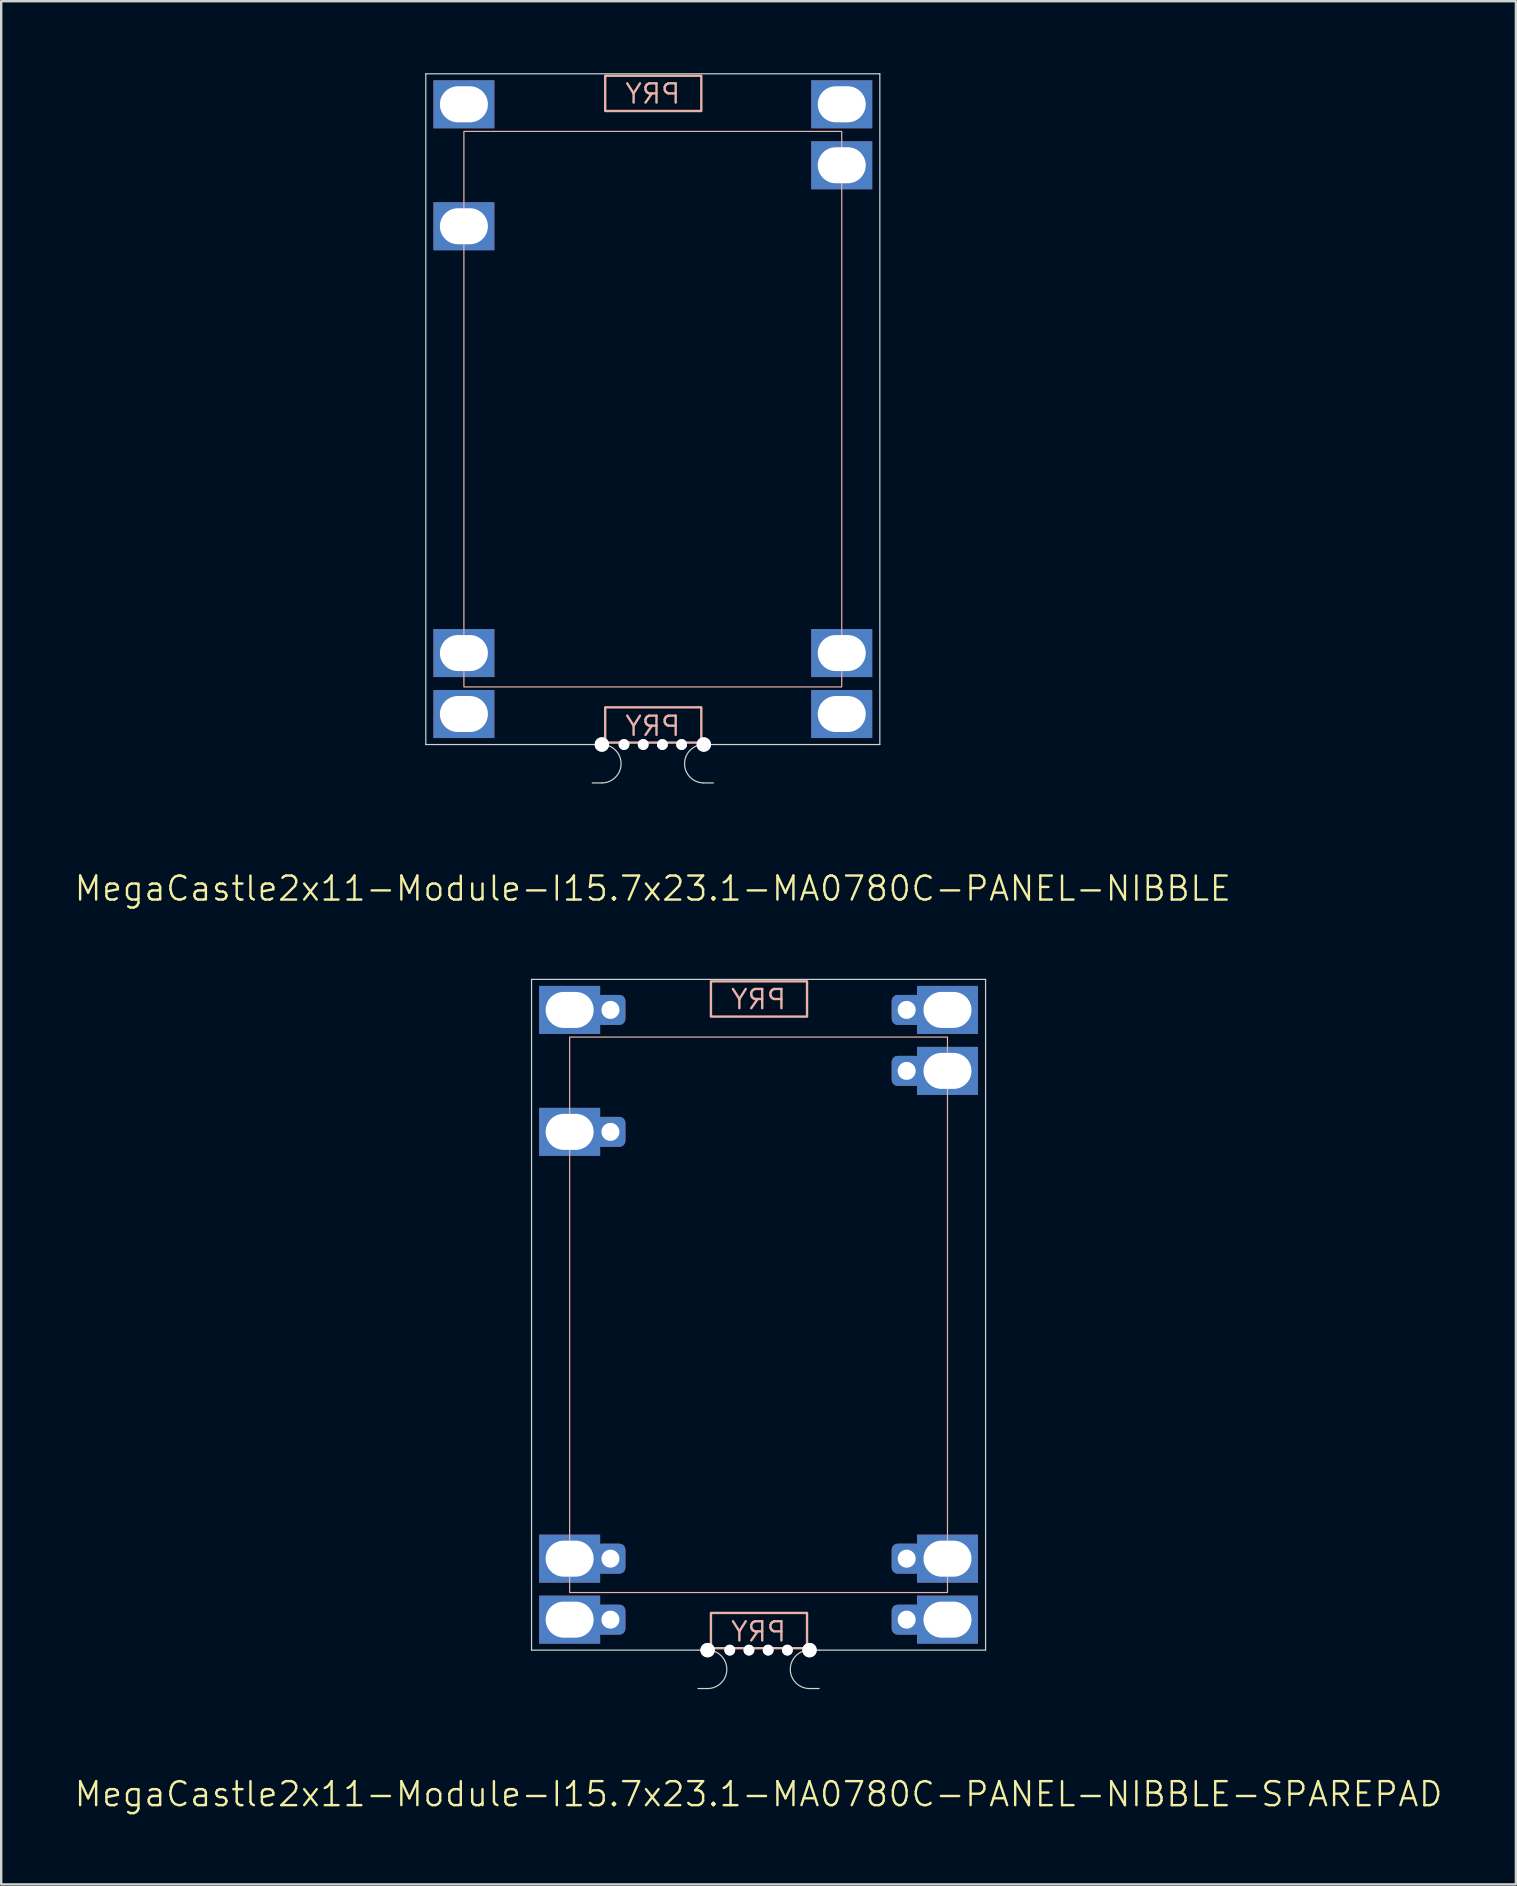
<source format=kicad_pcb>
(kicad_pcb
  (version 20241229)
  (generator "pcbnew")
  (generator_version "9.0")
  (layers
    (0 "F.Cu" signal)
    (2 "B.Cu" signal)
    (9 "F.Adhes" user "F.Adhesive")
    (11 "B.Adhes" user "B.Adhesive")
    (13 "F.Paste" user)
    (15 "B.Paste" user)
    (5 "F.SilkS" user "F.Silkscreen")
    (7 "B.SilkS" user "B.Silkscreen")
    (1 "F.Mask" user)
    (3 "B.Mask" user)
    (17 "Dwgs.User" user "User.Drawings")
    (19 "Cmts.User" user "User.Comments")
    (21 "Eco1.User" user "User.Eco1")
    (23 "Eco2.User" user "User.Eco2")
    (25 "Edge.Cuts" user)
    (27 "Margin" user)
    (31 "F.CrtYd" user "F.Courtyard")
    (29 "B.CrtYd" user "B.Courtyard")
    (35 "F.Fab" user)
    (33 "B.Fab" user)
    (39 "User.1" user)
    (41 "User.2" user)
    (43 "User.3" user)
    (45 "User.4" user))
  (footprint "MegaCastle2x11-Module-I15.7x23.1-MA0780C-PANEL-NIBBLE"
    (layer "F.Cu")
    (at 24.145 13.995)
    (property "Reference" "MegaCastle2x11-Module-I15.7x23.1-MA0780C-PANEL-NIBBLE" (at 0 19.97 0) (unlocked yes) (layer "F.SilkS") (effects (font (size 1 1) (thickness 0.1))))
    (attr smd)
    (fp_rect (start -7.87 11.57) (end 7.87 -11.57) (stroke (width 0.05) (type default)) (fill no) (layer "B.SilkS"))
    (fp_rect (start -1.984 -12.421) (end 2.02 -13.89) (stroke (width 0.1) (type default)) (fill no) (layer "B.SilkS"))
    (fp_rect (start -1.984 12.421) (end 2.02 13.89) (stroke (width 0.1) (type default)) (fill no) (layer "B.SilkS"))
    (fp_line (start -9.457 -13.97) (end -9.457 13.97) (stroke (width 0.05) (type default)) (layer "Edge.Cuts"))
    (fp_line (start -9.457 -13.97) (end 9.457 -13.97) (stroke (width 0.05) (type default)) (layer "Edge.Cuts"))
    (fp_line (start -9.457 13.97) (end -2.522 13.97) (stroke (width 0.05) (type default)) (layer "Edge.Cuts"))
    (fp_line (start -2.522 13.97) (end -2.123 13.97) (stroke (width 0.05) (type default)) (layer "Edge.Cuts"))
    (fp_line (start -2.522 15.57) (end -2.123 15.57) (stroke (width 0.05) (type default)) (layer "Edge.Cuts"))
    (fp_line (start 2.522 13.97) (end 2.123 13.97) (stroke (width 0.05) (type default)) (layer "Edge.Cuts"))
    (fp_line (start 2.522 13.97) (end 9.457 13.97) (stroke (width 0.05) (type default)) (layer "Edge.Cuts"))
    (fp_line (start 2.522 15.57) (end 2.123 15.57) (stroke (width 0.05) (type default)) (layer "Edge.Cuts"))
    (fp_line (start 9.457 -13.97) (end 9.457 13.97) (stroke (width 0.05) (type default)) (layer "Edge.Cuts"))
    (fp_arc (start -2.1225 13.97) (mid -1.3225 14.77) (end -2.1225 15.57) (stroke (width 0.05) (type default)) (layer "Edge.Cuts"))
    (fp_arc (start 2.1225 15.57) (mid 1.3225 14.77) (end 2.1225 13.97) (stroke (width 0.05) (type default)) (layer "Edge.Cuts"))
    (fp_text user "PRY" (at 0 -12.67 0) (unlocked yes) (layer "B.SilkS") (effects (font (size 0.8 0.8) (thickness 0.1)) (justify bottom mirror)))
    (fp_text user "PRY" (at 0 13.67 0) (unlocked yes) (layer "B.SilkS") (effects (font (size 0.8 0.8) (thickness 0.1)) (justify bottom mirror)))
    (pad "" np_thru_hole circle (at -2.123 13.97) (size 0.6 0.6) (drill 0.6) (layers "*.Cu" "Edge.Cuts"))
    (pad "" np_thru_hole circle (at -1.2 13.97) (size 0.45 0.45) (drill 0.45) (layers "*.Cu" "Edge.Cuts"))
    (pad "" np_thru_hole circle (at -0.4 13.97) (size 0.45 0.45) (drill 0.45) (layers "*.Cu" "Edge.Cuts"))
    (pad "" np_thru_hole circle (at 0.4 13.97) (size 0.45 0.45) (drill 0.45) (layers "*.Cu" "Edge.Cuts"))
    (pad "" np_thru_hole circle (at 1.2 13.97) (size 0.45 0.45) (drill 0.45) (layers "*.Cu" "Edge.Cuts"))
    (pad "" np_thru_hole circle (at 2.123 13.97) (size 0.6 0.6) (drill 0.6) (layers "*.Cu" "Edge.Cuts"))
    (pad "1" thru_hole rect (at -7.87 -12.7) (size 2.54 2) (drill oval 2 1.5) (property pad_prop_castellated) (layers "*.Cu" "*.Mask"))
    (pad "3" thru_hole rect (at -7.87 -7.62) (size 2.54 2) (drill oval 2 1.5) (property pad_prop_castellated) (layers "*.Cu" "*.Mask"))
    (pad "10" thru_hole rect (at -7.87 10.16) (size 2.54 2) (drill oval 2 1.5) (property pad_prop_castellated) (layers "*.Cu" "*.Mask"))
    (pad "11" thru_hole rect (at -7.87 12.7) (size 2.54 2) (drill oval 2 1.5) (property pad_prop_castellated) (layers "*.Cu" "*.Mask"))
    (pad "12" thru_hole rect (at 7.87 -12.7) (size 2.54 2) (drill oval 2 1.5) (property pad_prop_castellated) (layers "*.Cu" "*.Mask"))
    (pad "13" thru_hole rect (at 7.87 -10.16) (size 2.54 2) (drill oval 2 1.5) (property pad_prop_castellated) (layers "*.Cu" "*.Mask"))
    (pad "21" thru_hole rect (at 7.87 10.16) (size 2.54 2) (drill oval 2 1.5) (property pad_prop_castellated) (layers "*.Cu" "*.Mask"))
    (pad "22" thru_hole rect (at 7.87 12.7) (size 2.54 2) (drill oval 2 1.5) (property pad_prop_castellated) (layers "*.Cu" "*.Mask"))
    (zone (net_name "") (layer "B.Cu") (hatch edge 0.5) (connect_pads) (min_thickness 0.25) (filled_areas_thickness no) (keepout (tracks allowed) (vias allowed) (pads allowed) (copperpour allowed) (footprints not_allowed)) (placement (enabled no)) (fill) (polygon (pts (xy 16.275 27.965) (xy 16.275 0.025))))
    (zone (net_name "") (layer "B.Cu") (hatch edge 0.5) (connect_pads) (min_thickness 0.25) (filled_areas_thickness no) (keepout (tracks allowed) (vias allowed) (pads allowed) (copperpour allowed) (footprints not_allowed)) (placement (enabled no)) (fill) (polygon (pts (xy 32.015 27.965) (xy 32.015 0.025))))
    (zone (net_name "") (layer "B.Cu") (hatch edge 0.5) (connect_pads) (min_thickness 0.25) (filled_areas_thickness no) (keepout (tracks allowed) (vias allowed) (pads allowed) (copperpour allowed) (footprints not_allowed)) (placement (enabled no)) (fill) (polygon (pts (xy 16.275 0.025) (xy 16.275 2.425) (xy 32.015 2.425) (xy 32.015 0.025))))
    (zone (net_name "") (layer "B.Cu") (hatch edge 0.5) (connect_pads) (min_thickness 0.25) (filled_areas_thickness no) (keepout (tracks allowed) (vias allowed) (pads allowed) (copperpour allowed) (footprints not_allowed)) (placement (enabled no)) (fill) (polygon (pts (xy 16.275 27.965) (xy 16.275 25.565) (xy 32.015 25.565) (xy 32.015 27.965))))
    (zone (net_name "") (layer "B.Cu") (name "Upper Pry Zone") (hatch edge 0.5) (connect_pads) (min_thickness 0.25) (filled_areas_thickness no) (keepout (tracks not_allowed) (vias not_allowed) (pads not_allowed) (copperpour allowed) (footprints not_allowed)) (placement (enabled no)) (fill) (polygon (pts (xy 22.161 1.574) (xy 22.161 0.105) (xy 26.165 0.105) (xy 26.165 1.574))))
    (zone (net_name "") (layer "B.Cu") (name "Upper Pry Zone") (hatch edge 0.5) (connect_pads) (min_thickness 0.25) (filled_areas_thickness no) (keepout (tracks not_allowed) (vias not_allowed) (pads not_allowed) (copperpour allowed) (footprints not_allowed)) (placement (enabled no)) (fill) (polygon (pts (xy 22.161 26.416) (xy 22.161 27.885) (xy 26.165 27.885) (xy 26.165 26.416)))))
  (footprint "MegaCastle2x11-Module-I15.7x23.1-MA0780C-PANEL-NIBBLE-SPAREPAD"
    (layer "F.Cu")
    (at 28.55 51.721)
    (property "Reference" "MegaCastle2x11-Module-I15.7x23.1-MA0780C-PANEL-NIBBLE-SPAREPAD" (at 0 19.97 0) (unlocked yes) (layer "F.SilkS") (effects (font (size 1 1) (thickness 0.1))))
    (attr smd)
    (fp_rect (start -7.87 11.57) (end 7.87 -11.57) (stroke (width 0.05) (type default)) (fill no) (layer "B.SilkS"))
    (fp_rect (start -1.984 -12.421) (end 2.02 -13.89) (stroke (width 0.1) (type default)) (fill no) (layer "B.SilkS"))
    (fp_rect (start -1.984 12.421) (end 2.02 13.89) (stroke (width 0.1) (type default)) (fill no) (layer "B.SilkS"))
    (fp_line (start -9.457 -13.97) (end -9.457 13.97) (stroke (width 0.05) (type default)) (layer "Edge.Cuts"))
    (fp_line (start -9.457 -13.97) (end 9.457 -13.97) (stroke (width 0.05) (type default)) (layer "Edge.Cuts"))
    (fp_line (start -9.457 13.97) (end -2.522 13.97) (stroke (width 0.05) (type default)) (layer "Edge.Cuts"))
    (fp_line (start -2.522 13.97) (end -2.123 13.97) (stroke (width 0.05) (type default)) (layer "Edge.Cuts"))
    (fp_line (start -2.522 15.57) (end -2.123 15.57) (stroke (width 0.05) (type default)) (layer "Edge.Cuts"))
    (fp_line (start 2.522 13.97) (end 2.123 13.97) (stroke (width 0.05) (type default)) (layer "Edge.Cuts"))
    (fp_line (start 2.522 13.97) (end 9.457 13.97) (stroke (width 0.05) (type default)) (layer "Edge.Cuts"))
    (fp_line (start 2.522 15.57) (end 2.123 15.57) (stroke (width 0.05) (type default)) (layer "Edge.Cuts"))
    (fp_line (start 9.457 -13.97) (end 9.457 13.97) (stroke (width 0.05) (type default)) (layer "Edge.Cuts"))
    (fp_arc (start -2.1225 13.97) (mid -1.3225 14.77) (end -2.1225 15.57) (stroke (width 0.05) (type default)) (layer "Edge.Cuts"))
    (fp_arc (start 2.1225 15.57) (mid 1.3225 14.77) (end 2.1225 13.97) (stroke (width 0.05) (type default)) (layer "Edge.Cuts"))
    (fp_text user "PRY" (at 0 13.67 0) (unlocked yes) (layer "B.SilkS") (effects (font (size 0.8 0.8) (thickness 0.1)) (justify bottom mirror)))
    (fp_text user "PRY" (at 0 -12.67 0) (unlocked yes) (layer "B.SilkS") (effects (font (size 0.8 0.8) (thickness 0.1)) (justify bottom mirror)))
    (pad "" np_thru_hole circle (at -2.123 13.97) (size 0.6 0.6) (drill 0.6) (layers "*.Cu" "Edge.Cuts"))
    (pad "" np_thru_hole circle (at -1.2 13.97) (size 0.45 0.45) (drill 0.45) (layers "*.Cu" "Edge.Cuts"))
    (pad "" np_thru_hole circle (at -0.4 13.97) (size 0.45 0.45) (drill 0.45) (layers "*.Cu" "Edge.Cuts"))
    (pad "" np_thru_hole circle (at 0.4 13.97) (size 0.45 0.45) (drill 0.45) (layers "*.Cu" "Edge.Cuts"))
    (pad "" np_thru_hole circle (at 1.2 13.97) (size 0.45 0.45) (drill 0.45) (layers "*.Cu" "Edge.Cuts"))
    (pad "" np_thru_hole circle (at 2.123 13.97) (size 0.6 0.6) (drill 0.6) (layers "*.Cu" "Edge.Cuts"))
    (pad "1" thru_hole rect (at -7.87 -12.7) (size 2.54 2) (drill oval 2 1.5) (property pad_prop_castellated) (layers "*.Cu" "*.Mask"))
    (pad "1" thru_hole roundrect (at -6.17 -12.7 180) (size 1.25 1.25) (drill 0.75) (layers "*.Cu" "*.Mask") (roundrect_rratio 0.2))
    (pad "3" thru_hole rect (at -7.87 -7.62) (size 2.54 2) (drill oval 2 1.5) (property pad_prop_castellated) (layers "*.Cu" "*.Mask"))
    (pad "3" thru_hole roundrect (at -6.17 -7.62 180) (size 1.25 1.25) (drill 0.75) (layers "*.Cu" "*.Mask") (roundrect_rratio 0.2))
    (pad "10" thru_hole rect (at -7.87 10.16) (size 2.54 2) (drill oval 2 1.5) (property pad_prop_castellated) (layers "*.Cu" "*.Mask"))
    (pad "10" thru_hole roundrect (at -6.17 10.16 180) (size 1.25 1.25) (drill 0.75) (layers "*.Cu" "*.Mask") (roundrect_rratio 0.2))
    (pad "11" thru_hole rect (at -7.87 12.7) (size 2.54 2) (drill oval 2 1.5) (property pad_prop_castellated) (layers "*.Cu" "*.Mask"))
    (pad "11" thru_hole roundrect (at -6.17 12.7 180) (size 1.25 1.25) (drill 0.75) (layers "*.Cu" "*.Mask") (roundrect_rratio 0.2))
    (pad "12" thru_hole roundrect (at 6.17 -12.7 180) (size 1.25 1.25) (drill 0.75) (layers "*.Cu" "*.Mask") (roundrect_rratio 0.2))
    (pad "12" thru_hole rect (at 7.87 -12.7) (size 2.54 2) (drill oval 2 1.5) (property pad_prop_castellated) (layers "*.Cu" "*.Mask"))
    (pad "13" thru_hole roundrect (at 6.17 -10.16 180) (size 1.25 1.25) (drill 0.75) (layers "*.Cu" "*.Mask") (roundrect_rratio 0.2))
    (pad "13" thru_hole rect (at 7.87 -10.16) (size 2.54 2) (drill oval 2 1.5) (property pad_prop_castellated) (layers "*.Cu" "*.Mask"))
    (pad "21" thru_hole roundrect (at 6.17 10.16 180) (size 1.25 1.25) (drill 0.75) (layers "*.Cu" "*.Mask") (roundrect_rratio 0.2))
    (pad "21" thru_hole rect (at 7.87 10.16) (size 2.54 2) (drill oval 2 1.5) (property pad_prop_castellated) (layers "*.Cu" "*.Mask"))
    (pad "22" thru_hole roundrect (at 6.17 12.7 180) (size 1.25 1.25) (drill 0.75) (layers "*.Cu" "*.Mask") (roundrect_rratio 0.2))
    (pad "22" thru_hole rect (at 7.87 12.7) (size 2.54 2) (drill oval 2 1.5) (property pad_prop_castellated) (layers "*.Cu" "*.Mask"))
    (zone (net_name "") (layer "B.Cu") (hatch edge 0.5) (connect_pads) (min_thickness 0.25) (filled_areas_thickness no) (keepout (tracks allowed) (vias allowed) (pads allowed) (copperpour allowed) (footprints not_allowed)) (placement (enabled no)) (fill) (polygon (pts (xy 20.68 65.691) (xy 20.68 37.751))))
    (zone (net_name "") (layer "B.Cu") (hatch edge 0.5) (connect_pads) (min_thickness 0.25) (filled_areas_thickness no) (keepout (tracks allowed) (vias allowed) (pads allowed) (copperpour allowed) (footprints not_allowed)) (placement (enabled no)) (fill) (polygon (pts (xy 36.42 65.691) (xy 36.42 37.751))))
    (zone (net_name "") (layer "B.Cu") (hatch edge 0.5) (connect_pads) (min_thickness 0.25) (filled_areas_thickness no) (keepout (tracks allowed) (vias allowed) (pads allowed) (copperpour allowed) (footprints not_allowed)) (placement (enabled no)) (fill) (polygon (pts (xy 20.68 37.751) (xy 20.68 40.151) (xy 36.42 40.151) (xy 36.42 37.751))))
    (zone (net_name "") (layer "B.Cu") (hatch edge 0.5) (connect_pads) (min_thickness 0.25) (filled_areas_thickness no) (keepout (tracks allowed) (vias allowed) (pads allowed) (copperpour allowed) (footprints not_allowed)) (placement (enabled no)) (fill) (polygon (pts (xy 20.68 65.691) (xy 20.68 63.291) (xy 36.42 63.291) (xy 36.42 65.691))))
    (zone (net_name "") (layer "B.Cu") (name "Upper Pry Zone") (hatch edge 0.5) (connect_pads) (min_thickness 0.25) (filled_areas_thickness no) (keepout (tracks not_allowed) (vias not_allowed) (pads not_allowed) (copperpour allowed) (footprints not_allowed)) (placement (enabled no)) (fill) (polygon (pts (xy 26.566 39.299) (xy 26.566 37.831) (xy 30.57 37.831) (xy 30.57 39.299))))
    (zone (net_name "") (layer "B.Cu") (name "Upper Pry Zone") (hatch edge 0.5) (connect_pads) (min_thickness 0.25) (filled_areas_thickness no) (keepout (tracks not_allowed) (vias not_allowed) (pads not_allowed) (copperpour allowed) (footprints not_allowed)) (placement (enabled no)) (fill) (polygon (pts (xy 26.566 64.142) (xy 26.566 65.611) (xy 30.57 65.611) (xy 30.57 64.142)))))
  (gr_rect
    (start -3 -3)
    (end 60.1 75.451)
    (stroke (width 0.1) (type default))
    (fill no)
    (layer "Edge.Cuts")))
</source>
